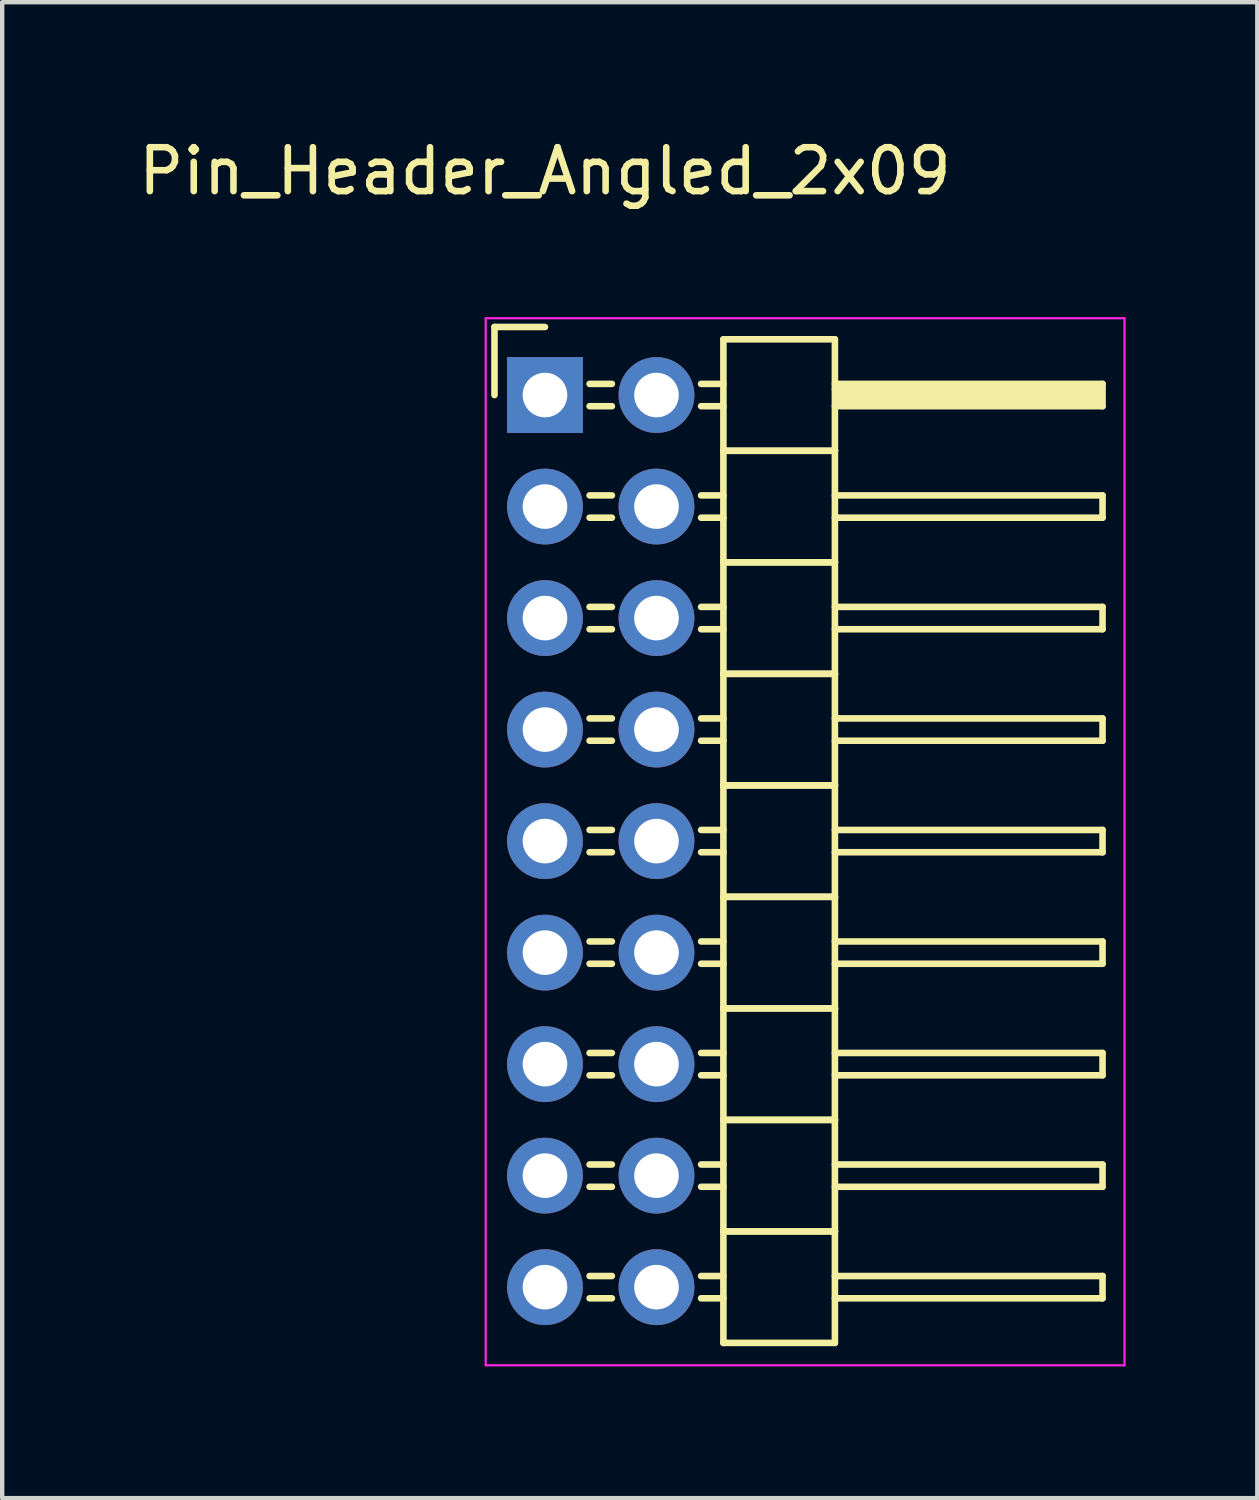
<source format=kicad_pcb>
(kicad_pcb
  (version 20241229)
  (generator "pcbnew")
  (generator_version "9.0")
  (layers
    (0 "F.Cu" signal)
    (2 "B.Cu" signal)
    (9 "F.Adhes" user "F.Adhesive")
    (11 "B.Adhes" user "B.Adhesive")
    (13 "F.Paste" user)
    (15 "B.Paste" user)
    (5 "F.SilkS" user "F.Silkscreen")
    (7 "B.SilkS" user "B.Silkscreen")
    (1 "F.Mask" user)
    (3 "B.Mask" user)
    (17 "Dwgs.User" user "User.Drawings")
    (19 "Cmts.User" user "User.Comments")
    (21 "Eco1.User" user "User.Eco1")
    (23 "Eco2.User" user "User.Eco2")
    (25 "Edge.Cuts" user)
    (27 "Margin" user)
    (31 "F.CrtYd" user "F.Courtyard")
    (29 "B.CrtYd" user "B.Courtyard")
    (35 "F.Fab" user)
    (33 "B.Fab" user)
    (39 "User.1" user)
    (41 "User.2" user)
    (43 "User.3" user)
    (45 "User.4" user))
  (footprint "Pin_Header_Angled_2x09"
    (layer "F.Cu")
    (at 9.363 5.948)
    (property "Reference" "Pin_Header_Angled_2x09" (at 0 -5.1 0) (layer "F.SilkS") (effects (font (size 1 1) (thickness 0.15))))
    (attr through_hole)
    (fp_line (start -1.15 -1.55) (end -1.15 0) (stroke (width 0.15) (type solid)) (layer "F.SilkS"))
    (fp_line (start 0 -1.55) (end -1.15 -1.55) (stroke (width 0.15) (type solid)) (layer "F.SilkS"))
    (fp_line (start 1.524 -0.254) (end 1.016 -0.254) (stroke (width 0.15) (type solid)) (layer "F.SilkS"))
    (fp_line (start 1.524 0.254) (end 1.016 0.254) (stroke (width 0.15) (type solid)) (layer "F.SilkS"))
    (fp_line (start 1.524 2.286) (end 1.016 2.286) (stroke (width 0.15) (type solid)) (layer "F.SilkS"))
    (fp_line (start 1.524 2.794) (end 1.016 2.794) (stroke (width 0.15) (type solid)) (layer "F.SilkS"))
    (fp_line (start 1.524 4.826) (end 1.016 4.826) (stroke (width 0.15) (type solid)) (layer "F.SilkS"))
    (fp_line (start 1.524 5.334) (end 1.016 5.334) (stroke (width 0.15) (type solid)) (layer "F.SilkS"))
    (fp_line (start 1.524 7.366) (end 1.016 7.366) (stroke (width 0.15) (type solid)) (layer "F.SilkS"))
    (fp_line (start 1.524 7.874) (end 1.016 7.874) (stroke (width 0.15) (type solid)) (layer "F.SilkS"))
    (fp_line (start 1.524 9.906) (end 1.016 9.906) (stroke (width 0.15) (type solid)) (layer "F.SilkS"))
    (fp_line (start 1.524 10.414) (end 1.016 10.414) (stroke (width 0.15) (type solid)) (layer "F.SilkS"))
    (fp_line (start 1.524 12.446) (end 1.016 12.446) (stroke (width 0.15) (type solid)) (layer "F.SilkS"))
    (fp_line (start 1.524 12.954) (end 1.016 12.954) (stroke (width 0.15) (type solid)) (layer "F.SilkS"))
    (fp_line (start 1.524 14.986) (end 1.016 14.986) (stroke (width 0.15) (type solid)) (layer "F.SilkS"))
    (fp_line (start 1.524 15.494) (end 1.016 15.494) (stroke (width 0.15) (type solid)) (layer "F.SilkS"))
    (fp_line (start 1.524 17.526) (end 1.016 17.526) (stroke (width 0.15) (type solid)) (layer "F.SilkS"))
    (fp_line (start 1.524 18.034) (end 1.016 18.034) (stroke (width 0.15) (type solid)) (layer "F.SilkS"))
    (fp_line (start 1.524 20.066) (end 1.016 20.066) (stroke (width 0.15) (type solid)) (layer "F.SilkS"))
    (fp_line (start 1.524 20.574) (end 1.016 20.574) (stroke (width 0.15) (type solid)) (layer "F.SilkS"))
    (fp_line (start 4.064 -1.27) (end 4.064 1.27) (stroke (width 0.15) (type solid)) (layer "F.SilkS"))
    (fp_line (start 4.064 -1.27) (end 6.604 -1.27) (stroke (width 0.15) (type solid)) (layer "F.SilkS"))
    (fp_line (start 4.064 -0.254) (end 3.556 -0.254) (stroke (width 0.15) (type solid)) (layer "F.SilkS"))
    (fp_line (start 4.064 0.254) (end 3.556 0.254) (stroke (width 0.15) (type solid)) (layer "F.SilkS"))
    (fp_line (start 4.064 1.27) (end 4.064 3.81) (stroke (width 0.15) (type solid)) (layer "F.SilkS"))
    (fp_line (start 4.064 1.27) (end 6.604 1.27) (stroke (width 0.15) (type solid)) (layer "F.SilkS"))
    (fp_line (start 4.064 1.27) (end 6.604 1.27) (stroke (width 0.15) (type solid)) (layer "F.SilkS"))
    (fp_line (start 4.064 2.286) (end 3.556 2.286) (stroke (width 0.15) (type solid)) (layer "F.SilkS"))
    (fp_line (start 4.064 2.794) (end 3.556 2.794) (stroke (width 0.15) (type solid)) (layer "F.SilkS"))
    (fp_line (start 4.064 3.81) (end 4.064 6.35) (stroke (width 0.15) (type solid)) (layer "F.SilkS"))
    (fp_line (start 4.064 3.81) (end 6.604 3.81) (stroke (width 0.15) (type solid)) (layer "F.SilkS"))
    (fp_line (start 4.064 3.81) (end 6.604 3.81) (stroke (width 0.15) (type solid)) (layer "F.SilkS"))
    (fp_line (start 4.064 4.826) (end 3.556 4.826) (stroke (width 0.15) (type solid)) (layer "F.SilkS"))
    (fp_line (start 4.064 5.334) (end 3.556 5.334) (stroke (width 0.15) (type solid)) (layer "F.SilkS"))
    (fp_line (start 4.064 6.35) (end 4.064 8.89) (stroke (width 0.15) (type solid)) (layer "F.SilkS"))
    (fp_line (start 4.064 6.35) (end 6.604 6.35) (stroke (width 0.15) (type solid)) (layer "F.SilkS"))
    (fp_line (start 4.064 6.35) (end 6.604 6.35) (stroke (width 0.15) (type solid)) (layer "F.SilkS"))
    (fp_line (start 4.064 7.366) (end 3.556 7.366) (stroke (width 0.15) (type solid)) (layer "F.SilkS"))
    (fp_line (start 4.064 7.874) (end 3.556 7.874) (stroke (width 0.15) (type solid)) (layer "F.SilkS"))
    (fp_line (start 4.064 8.89) (end 4.064 11.43) (stroke (width 0.15) (type solid)) (layer "F.SilkS"))
    (fp_line (start 4.064 8.89) (end 6.604 8.89) (stroke (width 0.15) (type solid)) (layer "F.SilkS"))
    (fp_line (start 4.064 8.89) (end 6.604 8.89) (stroke (width 0.15) (type solid)) (layer "F.SilkS"))
    (fp_line (start 4.064 9.906) (end 3.556 9.906) (stroke (width 0.15) (type solid)) (layer "F.SilkS"))
    (fp_line (start 4.064 10.414) (end 3.556 10.414) (stroke (width 0.15) (type solid)) (layer "F.SilkS"))
    (fp_line (start 4.064 11.43) (end 4.064 13.97) (stroke (width 0.15) (type solid)) (layer "F.SilkS"))
    (fp_line (start 4.064 11.43) (end 6.604 11.43) (stroke (width 0.15) (type solid)) (layer "F.SilkS"))
    (fp_line (start 4.064 11.43) (end 6.604 11.43) (stroke (width 0.15) (type solid)) (layer "F.SilkS"))
    (fp_line (start 4.064 12.446) (end 3.556 12.446) (stroke (width 0.15) (type solid)) (layer "F.SilkS"))
    (fp_line (start 4.064 12.954) (end 3.556 12.954) (stroke (width 0.15) (type solid)) (layer "F.SilkS"))
    (fp_line (start 4.064 13.97) (end 4.064 16.51) (stroke (width 0.15) (type solid)) (layer "F.SilkS"))
    (fp_line (start 4.064 13.97) (end 6.604 13.97) (stroke (width 0.15) (type solid)) (layer "F.SilkS"))
    (fp_line (start 4.064 13.97) (end 6.604 13.97) (stroke (width 0.15) (type solid)) (layer "F.SilkS"))
    (fp_line (start 4.064 14.986) (end 3.556 14.986) (stroke (width 0.15) (type solid)) (layer "F.SilkS"))
    (fp_line (start 4.064 15.494) (end 3.556 15.494) (stroke (width 0.15) (type solid)) (layer "F.SilkS"))
    (fp_line (start 4.064 16.51) (end 4.064 19.05) (stroke (width 0.15) (type solid)) (layer "F.SilkS"))
    (fp_line (start 4.064 16.51) (end 6.604 16.51) (stroke (width 0.15) (type solid)) (layer "F.SilkS"))
    (fp_line (start 4.064 16.51) (end 6.604 16.51) (stroke (width 0.15) (type solid)) (layer "F.SilkS"))
    (fp_line (start 4.064 17.526) (end 3.556 17.526) (stroke (width 0.15) (type solid)) (layer "F.SilkS"))
    (fp_line (start 4.064 18.034) (end 3.556 18.034) (stroke (width 0.15) (type solid)) (layer "F.SilkS"))
    (fp_line (start 4.064 19.05) (end 4.064 21.59) (stroke (width 0.15) (type solid)) (layer "F.SilkS"))
    (fp_line (start 4.064 19.05) (end 6.604 19.05) (stroke (width 0.15) (type solid)) (layer "F.SilkS"))
    (fp_line (start 4.064 19.05) (end 6.604 19.05) (stroke (width 0.15) (type solid)) (layer "F.SilkS"))
    (fp_line (start 4.064 20.066) (end 3.556 20.066) (stroke (width 0.15) (type solid)) (layer "F.SilkS"))
    (fp_line (start 4.064 20.574) (end 3.556 20.574) (stroke (width 0.15) (type solid)) (layer "F.SilkS"))
    (fp_line (start 4.064 21.59) (end 6.604 21.59) (stroke (width 0.15) (type solid)) (layer "F.SilkS"))
    (fp_line (start 6.604 -0.254) (end 12.7 -0.254) (stroke (width 0.15) (type solid)) (layer "F.SilkS"))
    (fp_line (start 6.604 -0.127) (end 12.573 -0.127) (stroke (width 0.15) (type solid)) (layer "F.SilkS"))
    (fp_line (start 6.604 1.27) (end 6.604 -1.27) (stroke (width 0.15) (type solid)) (layer "F.SilkS"))
    (fp_line (start 6.604 2.286) (end 12.7 2.286) (stroke (width 0.15) (type solid)) (layer "F.SilkS"))
    (fp_line (start 6.604 3.81) (end 6.604 1.27) (stroke (width 0.15) (type solid)) (layer "F.SilkS"))
    (fp_line (start 6.604 4.826) (end 12.7 4.826) (stroke (width 0.15) (type solid)) (layer "F.SilkS"))
    (fp_line (start 6.604 6.35) (end 6.604 3.81) (stroke (width 0.15) (type solid)) (layer "F.SilkS"))
    (fp_line (start 6.604 7.366) (end 12.7 7.366) (stroke (width 0.15) (type solid)) (layer "F.SilkS"))
    (fp_line (start 6.604 8.89) (end 6.604 6.35) (stroke (width 0.15) (type solid)) (layer "F.SilkS"))
    (fp_line (start 6.604 9.906) (end 12.7 9.906) (stroke (width 0.15) (type solid)) (layer "F.SilkS"))
    (fp_line (start 6.604 11.43) (end 6.604 8.89) (stroke (width 0.15) (type solid)) (layer "F.SilkS"))
    (fp_line (start 6.604 12.446) (end 12.7 12.446) (stroke (width 0.15) (type solid)) (layer "F.SilkS"))
    (fp_line (start 6.604 13.97) (end 6.604 11.43) (stroke (width 0.15) (type solid)) (layer "F.SilkS"))
    (fp_line (start 6.604 14.986) (end 12.7 14.986) (stroke (width 0.15) (type solid)) (layer "F.SilkS"))
    (fp_line (start 6.604 16.51) (end 6.604 13.97) (stroke (width 0.15) (type solid)) (layer "F.SilkS"))
    (fp_line (start 6.604 17.526) (end 12.7 17.526) (stroke (width 0.15) (type solid)) (layer "F.SilkS"))
    (fp_line (start 6.604 19.05) (end 6.604 16.51) (stroke (width 0.15) (type solid)) (layer "F.SilkS"))
    (fp_line (start 6.604 20.066) (end 12.7 20.066) (stroke (width 0.15) (type solid)) (layer "F.SilkS"))
    (fp_line (start 6.604 21.59) (end 6.604 19.05) (stroke (width 0.15) (type solid)) (layer "F.SilkS"))
    (fp_line (start 6.731 0) (end 12.573 0) (stroke (width 0.15) (type solid)) (layer "F.SilkS"))
    (fp_line (start 6.731 0.127) (end 6.731 0) (stroke (width 0.15) (type solid)) (layer "F.SilkS"))
    (fp_line (start 12.573 -0.127) (end 12.573 0.127) (stroke (width 0.15) (type solid)) (layer "F.SilkS"))
    (fp_line (start 12.573 0.127) (end 6.731 0.127) (stroke (width 0.15) (type solid)) (layer "F.SilkS"))
    (fp_line (start 12.7 -0.254) (end 12.7 0.254) (stroke (width 0.15) (type solid)) (layer "F.SilkS"))
    (fp_line (start 12.7 0.254) (end 6.604 0.254) (stroke (width 0.15) (type solid)) (layer "F.SilkS"))
    (fp_line (start 12.7 2.286) (end 12.7 2.794) (stroke (width 0.15) (type solid)) (layer "F.SilkS"))
    (fp_line (start 12.7 2.794) (end 6.604 2.794) (stroke (width 0.15) (type solid)) (layer "F.SilkS"))
    (fp_line (start 12.7 4.826) (end 12.7 5.334) (stroke (width 0.15) (type solid)) (layer "F.SilkS"))
    (fp_line (start 12.7 5.334) (end 6.604 5.334) (stroke (width 0.15) (type solid)) (layer "F.SilkS"))
    (fp_line (start 12.7 7.366) (end 12.7 7.874) (stroke (width 0.15) (type solid)) (layer "F.SilkS"))
    (fp_line (start 12.7 7.874) (end 6.604 7.874) (stroke (width 0.15) (type solid)) (layer "F.SilkS"))
    (fp_line (start 12.7 9.906) (end 12.7 10.414) (stroke (width 0.15) (type solid)) (layer "F.SilkS"))
    (fp_line (start 12.7 10.414) (end 6.604 10.414) (stroke (width 0.15) (type solid)) (layer "F.SilkS"))
    (fp_line (start 12.7 12.446) (end 12.7 12.954) (stroke (width 0.15) (type solid)) (layer "F.SilkS"))
    (fp_line (start 12.7 12.954) (end 6.604 12.954) (stroke (width 0.15) (type solid)) (layer "F.SilkS"))
    (fp_line (start 12.7 14.986) (end 12.7 15.494) (stroke (width 0.15) (type solid)) (layer "F.SilkS"))
    (fp_line (start 12.7 15.494) (end 6.604 15.494) (stroke (width 0.15) (type solid)) (layer "F.SilkS"))
    (fp_line (start 12.7 17.526) (end 12.7 18.034) (stroke (width 0.15) (type solid)) (layer "F.SilkS"))
    (fp_line (start 12.7 18.034) (end 6.604 18.034) (stroke (width 0.15) (type solid)) (layer "F.SilkS"))
    (fp_line (start 12.7 20.066) (end 12.7 20.574) (stroke (width 0.15) (type solid)) (layer "F.SilkS"))
    (fp_line (start 12.7 20.574) (end 6.604 20.574) (stroke (width 0.15) (type solid)) (layer "F.SilkS"))
    (fp_line (start -1.35 -1.75) (end -1.35 22.1) (stroke (width 0.05) (type solid)) (layer "F.CrtYd"))
    (fp_line (start -1.35 -1.75) (end 13.2 -1.75) (stroke (width 0.05) (type solid)) (layer "F.CrtYd"))
    (fp_line (start -1.35 22.1) (end 13.2 22.1) (stroke (width 0.05) (type solid)) (layer "F.CrtYd"))
    (fp_line (start 13.2 -1.75) (end 13.2 22.1) (stroke (width 0.05) (type solid)) (layer "F.CrtYd"))
    (pad "1" thru_hole rect (at 0 0) (size 1.727 1.727) (drill 1.016) (layers "*.Cu" "*.Mask"))
    (pad "2" thru_hole oval (at 2.54 0) (size 1.727 1.727) (drill 1.016) (layers "*.Cu" "*.Mask"))
    (pad "3" thru_hole oval (at 0 2.54) (size 1.727 1.727) (drill 1.016) (layers "*.Cu" "*.Mask"))
    (pad "4" thru_hole oval (at 2.54 2.54) (size 1.727 1.727) (drill 1.016) (layers "*.Cu" "*.Mask"))
    (pad "5" thru_hole oval (at 0 5.08) (size 1.727 1.727) (drill 1.016) (layers "*.Cu" "*.Mask"))
    (pad "6" thru_hole oval (at 2.54 5.08) (size 1.727 1.727) (drill 1.016) (layers "*.Cu" "*.Mask"))
    (pad "7" thru_hole oval (at 0 7.62) (size 1.727 1.727) (drill 1.016) (layers "*.Cu" "*.Mask"))
    (pad "8" thru_hole oval (at 2.54 7.62) (size 1.727 1.727) (drill 1.016) (layers "*.Cu" "*.Mask"))
    (pad "9" thru_hole oval (at 0 10.16) (size 1.727 1.727) (drill 1.016) (layers "*.Cu" "*.Mask"))
    (pad "10" thru_hole oval (at 2.54 10.16) (size 1.727 1.727) (drill 1.016) (layers "*.Cu" "*.Mask"))
    (pad "11" thru_hole oval (at 0 12.7) (size 1.727 1.727) (drill 1.016) (layers "*.Cu" "*.Mask"))
    (pad "12" thru_hole oval (at 2.54 12.7) (size 1.727 1.727) (drill 1.016) (layers "*.Cu" "*.Mask"))
    (pad "13" thru_hole oval (at 0 15.24) (size 1.727 1.727) (drill 1.016) (layers "*.Cu" "*.Mask"))
    (pad "14" thru_hole oval (at 2.54 15.24) (size 1.727 1.727) (drill 1.016) (layers "*.Cu" "*.Mask"))
    (pad "15" thru_hole oval (at 0 17.78) (size 1.727 1.727) (drill 1.016) (layers "*.Cu" "*.Mask"))
    (pad "16" thru_hole oval (at 2.54 17.78) (size 1.727 1.727) (drill 1.016) (layers "*.Cu" "*.Mask"))
    (pad "17" thru_hole oval (at 0 20.32) (size 1.727 1.727) (drill 1.016) (layers "*.Cu" "*.Mask"))
    (pad "18" thru_hole oval (at 2.54 20.32) (size 1.727 1.727) (drill 1.016) (layers "*.Cu" "*.Mask")))
  (gr_rect
    (start -3 -3)
    (end 25.588 31.073)
    (stroke (width 0.1) (type default))
    (fill no)
    (layer "Edge.Cuts")))
</source>
